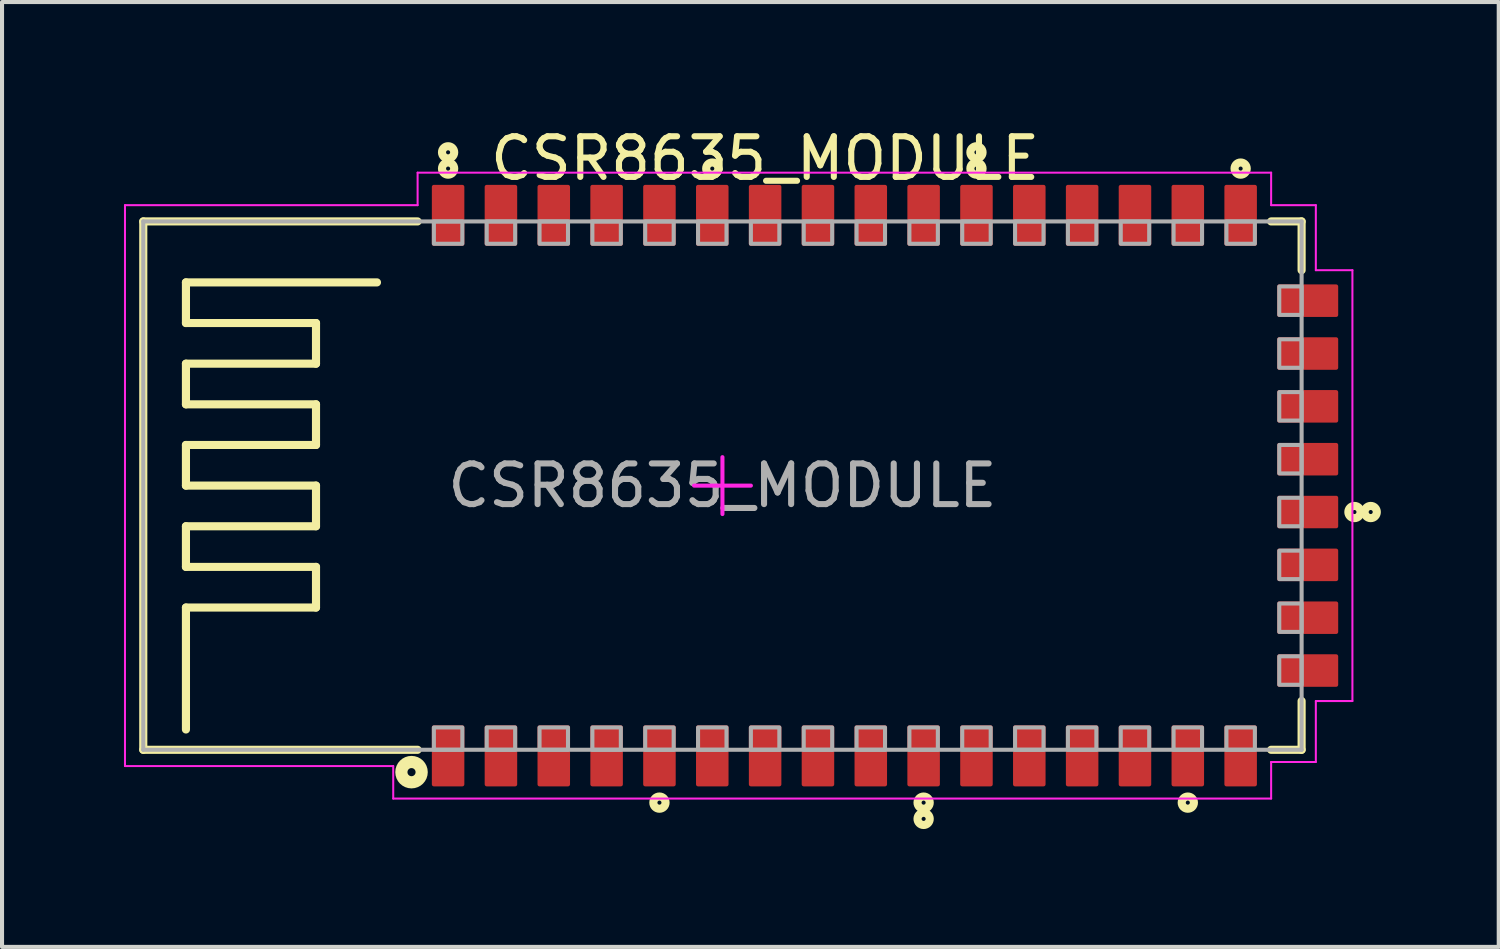
<source format=kicad_pcb>
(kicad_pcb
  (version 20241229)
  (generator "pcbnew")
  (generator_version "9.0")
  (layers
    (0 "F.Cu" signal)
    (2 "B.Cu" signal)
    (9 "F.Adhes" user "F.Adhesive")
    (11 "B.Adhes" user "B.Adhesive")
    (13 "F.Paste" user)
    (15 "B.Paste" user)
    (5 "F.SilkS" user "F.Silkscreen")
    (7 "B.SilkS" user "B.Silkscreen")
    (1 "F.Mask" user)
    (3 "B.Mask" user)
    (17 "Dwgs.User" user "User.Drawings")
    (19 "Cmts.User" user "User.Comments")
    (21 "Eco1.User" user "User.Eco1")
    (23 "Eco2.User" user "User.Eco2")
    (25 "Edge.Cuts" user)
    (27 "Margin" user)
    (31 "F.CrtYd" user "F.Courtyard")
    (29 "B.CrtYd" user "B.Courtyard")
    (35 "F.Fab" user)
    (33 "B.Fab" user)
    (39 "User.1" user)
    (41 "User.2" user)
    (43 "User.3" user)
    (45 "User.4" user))
  (footprint "CSR8635_MODULE"
    (layer "F.Cu")
    (at 14.725 8.898)
    (property "Reference" "CSR8635_MODULE" (at 1.05 -8.05 0) (layer "F.SilkS") (effects (font (size 1 1) (thickness 0.15))))
    (attr through_hole)
    (fp_line (start -14.25 -6.5) (end -7.5 -6.5) (stroke (width 0.2) (type solid)) (layer "F.SilkS"))
    (fp_line (start -14.25 6.5) (end -14.25 -6.5) (stroke (width 0.2) (type solid)) (layer "F.SilkS"))
    (fp_line (start -14.25 6.5) (end -7.5 6.5) (stroke (width 0.2) (type solid)) (layer "F.SilkS"))
    (fp_line (start -13.2 -5) (end -8.5 -5) (stroke (width 0.2) (type solid)) (layer "F.SilkS"))
    (fp_line (start -13.2 -4) (end -13.2 -5) (stroke (width 0.2) (type solid)) (layer "F.SilkS"))
    (fp_line (start -13.2 -3) (end -10 -3) (stroke (width 0.2) (type solid)) (layer "F.SilkS"))
    (fp_line (start -13.2 -2) (end -13.2 -3) (stroke (width 0.2) (type solid)) (layer "F.SilkS"))
    (fp_line (start -13.2 -1) (end -10 -1) (stroke (width 0.2) (type solid)) (layer "F.SilkS"))
    (fp_line (start -13.2 0) (end -13.2 -1) (stroke (width 0.2) (type solid)) (layer "F.SilkS"))
    (fp_line (start -13.2 0) (end -10 0) (stroke (width 0.2) (type solid)) (layer "F.SilkS"))
    (fp_line (start -13.2 1) (end -13.2 2) (stroke (width 0.2) (type solid)) (layer "F.SilkS"))
    (fp_line (start -13.2 2) (end -10 2) (stroke (width 0.2) (type solid)) (layer "F.SilkS"))
    (fp_line (start -13.2 3) (end -13.2 6) (stroke (width 0.2) (type solid)) (layer "F.SilkS"))
    (fp_line (start -10 -4) (end -13.2 -4) (stroke (width 0.2) (type solid)) (layer "F.SilkS"))
    (fp_line (start -10 -3) (end -10 -4) (stroke (width 0.2) (type solid)) (layer "F.SilkS"))
    (fp_line (start -10 -2) (end -13.2 -2) (stroke (width 0.2) (type solid)) (layer "F.SilkS"))
    (fp_line (start -10 -1) (end -10 -2) (stroke (width 0.2) (type solid)) (layer "F.SilkS"))
    (fp_line (start -10 0) (end -10 1) (stroke (width 0.2) (type solid)) (layer "F.SilkS"))
    (fp_line (start -10 1) (end -13.2 1) (stroke (width 0.2) (type solid)) (layer "F.SilkS"))
    (fp_line (start -10 2) (end -10 3) (stroke (width 0.2) (type solid)) (layer "F.SilkS"))
    (fp_line (start -10 3) (end -13.2 3) (stroke (width 0.2) (type solid)) (layer "F.SilkS"))
    (fp_line (start 13.5 -6.5) (end 14.25 -6.5) (stroke (width 0.2) (type solid)) (layer "F.SilkS"))
    (fp_line (start 14.25 -6.5) (end 14.25 -5.3) (stroke (width 0.2) (type solid)) (layer "F.SilkS"))
    (fp_line (start 14.25 6.5) (end 13.5 6.5) (stroke (width 0.2) (type solid)) (layer "F.SilkS"))
    (fp_line (start 14.25 6.5) (end 14.25 5.3) (stroke (width 0.2) (type solid)) (layer "F.SilkS"))
    (fp_circle (center -7.65 7.05) (end -7.55 7.05) (stroke (width 0.3) (type solid)) (fill no) (layer "F.SilkS"))
    (fp_circle (center -6.75 -8.2) (end -6.8 -8.2) (stroke (width 0.2) (type solid)) (fill no) (layer "F.SilkS"))
    (fp_circle (center -6.75 -7.8) (end -6.8 -7.8) (stroke (width 0.2) (type solid)) (fill no) (layer "F.SilkS"))
    (fp_circle (center -1.55 7.8) (end -1.5 7.8) (stroke (width 0.2) (type solid)) (fill no) (layer "F.SilkS"))
    (fp_circle (center -0.25 -7.8) (end -0.3 -7.8) (stroke (width 0.2) (type solid)) (fill no) (layer "F.SilkS"))
    (fp_circle (center 4.95 7.8) (end 5 7.8) (stroke (width 0.2) (type solid)) (fill no) (layer "F.SilkS"))
    (fp_circle (center 4.95 8.2) (end 5 8.2) (stroke (width 0.2) (type solid)) (fill no) (layer "F.SilkS"))
    (fp_circle (center 6.25 -8.2) (end 6.2 -8.2) (stroke (width 0.2) (type solid)) (fill no) (layer "F.SilkS"))
    (fp_circle (center 6.25 -7.8) (end 6.2 -7.8) (stroke (width 0.2) (type solid)) (fill no) (layer "F.SilkS"))
    (fp_circle (center 11.45 7.8) (end 11.5 7.8) (stroke (width 0.2) (type solid)) (fill no) (layer "F.SilkS"))
    (fp_circle (center 12.75 -7.8) (end 12.7 -7.8) (stroke (width 0.2) (type solid)) (fill no) (layer "F.SilkS"))
    (fp_circle (center 15.55 0.65) (end 15.55 0.6) (stroke (width 0.2) (type solid)) (fill no) (layer "F.SilkS"))
    (fp_circle (center 15.95 0.65) (end 15.95 0.6) (stroke (width 0.2) (type solid)) (fill no) (layer "F.SilkS"))
    (fp_line (start -14.7 -6.9) (end -7.5 -6.9) (stroke (width 0.05) (type solid)) (layer "F.CrtYd"))
    (fp_line (start -14.7 6.9) (end -14.7 -6.9) (stroke (width 0.05) (type solid)) (layer "F.CrtYd"))
    (fp_line (start -8.1 6.9) (end -14.7 6.9) (stroke (width 0.05) (type solid)) (layer "F.CrtYd"))
    (fp_line (start -8.1 7.7) (end -8.1 6.9) (stroke (width 0.05) (type solid)) (layer "F.CrtYd"))
    (fp_line (start -7.5 -7.7) (end 13.5 -7.7) (stroke (width 0.05) (type solid)) (layer "F.CrtYd"))
    (fp_line (start -7.5 -6.9) (end -7.5 -7.7) (stroke (width 0.05) (type solid)) (layer "F.CrtYd"))
    (fp_line (start 0 -0.7) (end 0 0.7) (stroke (width 0.1) (type solid)) (layer "F.CrtYd"))
    (fp_line (start 0.7 0) (end -0.7 0) (stroke (width 0.1) (type solid)) (layer "F.CrtYd"))
    (fp_line (start 13.5 -7.7) (end 13.5 -6.9) (stroke (width 0.05) (type solid)) (layer "F.CrtYd"))
    (fp_line (start 13.5 -6.9) (end 14.6 -6.9) (stroke (width 0.05) (type solid)) (layer "F.CrtYd"))
    (fp_line (start 13.5 6.8) (end 13.5 7.7) (stroke (width 0.05) (type solid)) (layer "F.CrtYd"))
    (fp_line (start 13.5 7.7) (end -8.1 7.7) (stroke (width 0.05) (type solid)) (layer "F.CrtYd"))
    (fp_line (start 14.6 -6.9) (end 14.6 -5.3) (stroke (width 0.05) (type solid)) (layer "F.CrtYd"))
    (fp_line (start 14.6 -5.3) (end 15.5 -5.3) (stroke (width 0.05) (type solid)) (layer "F.CrtYd"))
    (fp_line (start 14.6 5.3) (end 14.6 6.8) (stroke (width 0.05) (type solid)) (layer "F.CrtYd"))
    (fp_line (start 14.6 6.8) (end 13.5 6.8) (stroke (width 0.05) (type solid)) (layer "F.CrtYd"))
    (fp_line (start 15.5 -5.3) (end 15.5 5.3) (stroke (width 0.05) (type solid)) (layer "F.CrtYd"))
    (fp_line (start 15.5 5.3) (end 14.6 5.3) (stroke (width 0.05) (type solid)) (layer "F.CrtYd"))
    (fp_line (start -14.25 -6.5) (end -14.25 6.5) (stroke (width 0.1) (type solid)) (layer "F.Fab"))
    (fp_line (start -14.25 -6.5) (end 14.25 -6.5) (stroke (width 0.1) (type solid)) (layer "F.Fab"))
    (fp_line (start -14.25 6.5) (end 14.25 6.5) (stroke (width 0.1) (type solid)) (layer "F.Fab"))
    (fp_line (start 14.25 -6.5) (end 14.25 6.5) (stroke (width 0.1) (type solid)) (layer "F.Fab"))
    (fp_poly (pts (xy -7.1 -5.95) (xy -7.1 -6.5) (xy -6.4 -6.5) (xy -6.4 -5.95)) (stroke (width 0.1) (type solid)) (fill no) (layer "F.Fab"))
    (fp_poly (pts (xy -6.4 5.95) (xy -6.4 6.5) (xy -7.1 6.5) (xy -7.1 5.95)) (stroke (width 0.1) (type solid)) (fill no) (layer "F.Fab"))
    (fp_poly (pts (xy -5.8 -5.95) (xy -5.8 -6.5) (xy -5.1 -6.5) (xy -5.1 -5.95)) (stroke (width 0.1) (type solid)) (fill no) (layer "F.Fab"))
    (fp_poly (pts (xy -5.1 5.95) (xy -5.1 6.5) (xy -5.8 6.5) (xy -5.8 5.95)) (stroke (width 0.1) (type solid)) (fill no) (layer "F.Fab"))
    (fp_poly (pts (xy -4.5 -5.95) (xy -4.5 -6.5) (xy -3.8 -6.5) (xy -3.8 -5.95)) (stroke (width 0.1) (type solid)) (fill no) (layer "F.Fab"))
    (fp_poly (pts (xy -3.8 5.95) (xy -3.8 6.5) (xy -4.5 6.5) (xy -4.5 5.95)) (stroke (width 0.1) (type solid)) (fill no) (layer "F.Fab"))
    (fp_poly (pts (xy -3.2 -5.95) (xy -3.2 -6.5) (xy -2.5 -6.5) (xy -2.5 -5.95)) (stroke (width 0.1) (type solid)) (fill no) (layer "F.Fab"))
    (fp_poly (pts (xy -2.5 5.95) (xy -2.5 6.5) (xy -3.2 6.5) (xy -3.2 5.95)) (stroke (width 0.1) (type solid)) (fill no) (layer "F.Fab"))
    (fp_poly (pts (xy -1.9 -5.95) (xy -1.9 -6.5) (xy -1.2 -6.5) (xy -1.2 -5.95)) (stroke (width 0.1) (type solid)) (fill no) (layer "F.Fab"))
    (fp_poly (pts (xy -1.2 5.95) (xy -1.2 6.5) (xy -1.9 6.5) (xy -1.9 5.95)) (stroke (width 0.1) (type solid)) (fill no) (layer "F.Fab"))
    (fp_poly (pts (xy -0.6 -5.95) (xy -0.6 -6.5) (xy 0.1 -6.5) (xy 0.1 -5.95)) (stroke (width 0.1) (type solid)) (fill no) (layer "F.Fab"))
    (fp_poly (pts (xy 0.1 5.95) (xy 0.1 6.5) (xy -0.6 6.5) (xy -0.6 5.95)) (stroke (width 0.1) (type solid)) (fill no) (layer "F.Fab"))
    (fp_poly (pts (xy 0.7 -5.95) (xy 0.7 -6.5) (xy 1.4 -6.5) (xy 1.4 -5.95)) (stroke (width 0.1) (type solid)) (fill no) (layer "F.Fab"))
    (fp_poly (pts (xy 1.4 5.95) (xy 1.4 6.5) (xy 0.7 6.5) (xy 0.7 5.95)) (stroke (width 0.1) (type solid)) (fill no) (layer "F.Fab"))
    (fp_poly (pts (xy 2 -5.95) (xy 2 -6.5) (xy 2.7 -6.5) (xy 2.7 -5.95)) (stroke (width 0.1) (type solid)) (fill no) (layer "F.Fab"))
    (fp_poly (pts (xy 2.7 5.95) (xy 2.7 6.5) (xy 2 6.5) (xy 2 5.95)) (stroke (width 0.1) (type solid)) (fill no) (layer "F.Fab"))
    (fp_poly (pts (xy 3.3 -5.95) (xy 3.3 -6.5) (xy 4 -6.5) (xy 4 -5.95)) (stroke (width 0.1) (type solid)) (fill no) (layer "F.Fab"))
    (fp_poly (pts (xy 4 5.95) (xy 4 6.5) (xy 3.3 6.5) (xy 3.3 5.95)) (stroke (width 0.1) (type solid)) (fill no) (layer "F.Fab"))
    (fp_poly (pts (xy 4.6 -5.95) (xy 4.6 -6.5) (xy 5.3 -6.5) (xy 5.3 -5.95)) (stroke (width 0.1) (type solid)) (fill no) (layer "F.Fab"))
    (fp_poly (pts (xy 5.3 5.95) (xy 5.3 6.5) (xy 4.6 6.5) (xy 4.6 5.95)) (stroke (width 0.1) (type solid)) (fill no) (layer "F.Fab"))
    (fp_poly (pts (xy 5.9 -5.95) (xy 5.9 -6.5) (xy 6.6 -6.5) (xy 6.6 -5.95)) (stroke (width 0.1) (type solid)) (fill no) (layer "F.Fab"))
    (fp_poly (pts (xy 6.6 5.95) (xy 6.6 6.5) (xy 5.9 6.5) (xy 5.9 5.95)) (stroke (width 0.1) (type solid)) (fill no) (layer "F.Fab"))
    (fp_poly (pts (xy 7.2 -5.95) (xy 7.2 -6.5) (xy 7.9 -6.5) (xy 7.9 -5.95)) (stroke (width 0.1) (type solid)) (fill no) (layer "F.Fab"))
    (fp_poly (pts (xy 7.9 5.95) (xy 7.9 6.5) (xy 7.2 6.5) (xy 7.2 5.95)) (stroke (width 0.1) (type solid)) (fill no) (layer "F.Fab"))
    (fp_poly (pts (xy 8.5 -5.95) (xy 8.5 -6.5) (xy 9.2 -6.5) (xy 9.2 -5.95)) (stroke (width 0.1) (type solid)) (fill no) (layer "F.Fab"))
    (fp_poly (pts (xy 9.2 5.95) (xy 9.2 6.5) (xy 8.5 6.5) (xy 8.5 5.95)) (stroke (width 0.1) (type solid)) (fill no) (layer "F.Fab"))
    (fp_poly (pts (xy 9.8 -5.95) (xy 9.8 -6.5) (xy 10.5 -6.5) (xy 10.5 -5.95)) (stroke (width 0.1) (type solid)) (fill no) (layer "F.Fab"))
    (fp_poly (pts (xy 10.5 5.95) (xy 10.5 6.5) (xy 9.8 6.5) (xy 9.8 5.95)) (stroke (width 0.1) (type solid)) (fill no) (layer "F.Fab"))
    (fp_poly (pts (xy 11.1 -5.95) (xy 11.1 -6.5) (xy 11.8 -6.5) (xy 11.8 -5.95)) (stroke (width 0.1) (type solid)) (fill no) (layer "F.Fab"))
    (fp_poly (pts (xy 11.8 5.95) (xy 11.8 6.5) (xy 11.1 6.5) (xy 11.1 5.95)) (stroke (width 0.1) (type solid)) (fill no) (layer "F.Fab"))
    (fp_poly (pts (xy 12.4 -5.95) (xy 12.4 -6.5) (xy 13.1 -6.5) (xy 13.1 -5.95)) (stroke (width 0.1) (type solid)) (fill no) (layer "F.Fab"))
    (fp_poly (pts (xy 13.1 5.95) (xy 13.1 6.5) (xy 12.4 6.5) (xy 12.4 5.95)) (stroke (width 0.1) (type solid)) (fill no) (layer "F.Fab"))
    (fp_poly (pts (xy 13.7 -4.9) (xy 14.25 -4.9) (xy 14.25 -4.2) (xy 13.7 -4.2)) (stroke (width 0.1) (type solid)) (fill no) (layer "F.Fab"))
    (fp_poly (pts (xy 13.7 -3.6) (xy 14.25 -3.6) (xy 14.25 -2.9) (xy 13.7 -2.9)) (stroke (width 0.1) (type solid)) (fill no) (layer "F.Fab"))
    (fp_poly (pts (xy 13.7 -2.3) (xy 14.25 -2.3) (xy 14.25 -1.6) (xy 13.7 -1.6)) (stroke (width 0.1) (type solid)) (fill no) (layer "F.Fab"))
    (fp_poly (pts (xy 13.7 -1) (xy 14.25 -1) (xy 14.25 -0.3) (xy 13.7 -0.3)) (stroke (width 0.1) (type solid)) (fill no) (layer "F.Fab"))
    (fp_poly (pts (xy 13.7 0.3) (xy 14.25 0.3) (xy 14.25 1) (xy 13.7 1)) (stroke (width 0.1) (type solid)) (fill no) (layer "F.Fab"))
    (fp_poly (pts (xy 13.7 1.6) (xy 14.25 1.6) (xy 14.25 2.3) (xy 13.7 2.3)) (stroke (width 0.1) (type solid)) (fill no) (layer "F.Fab"))
    (fp_poly (pts (xy 13.7 2.9) (xy 14.25 2.9) (xy 14.25 3.6) (xy 13.7 3.6)) (stroke (width 0.1) (type solid)) (fill no) (layer "F.Fab"))
    (fp_poly (pts (xy 13.7 4.2) (xy 14.25 4.2) (xy 14.25 4.9) (xy 13.7 4.9)) (stroke (width 0.1) (type solid)) (fill no) (layer "F.Fab"))
    (fp_text user "${REFERENCE}" (at 0 0 0) (layer "F.Fab") (effects (font (size 1 1) (thickness 0.15))))
    (pad "1" smd roundrect (at -6.75 6.65) (size 0.8 1.5) (layers "F.Cu" "F.Mask" "F.Paste") (roundrect_rratio 0.062))
    (pad "2" smd roundrect (at -5.45 6.65) (size 0.8 1.5) (layers "F.Cu" "F.Mask" "F.Paste") (roundrect_rratio 0.062))
    (pad "3" smd roundrect (at -4.15 6.65) (size 0.8 1.5) (layers "F.Cu" "F.Mask" "F.Paste") (roundrect_rratio 0.062))
    (pad "4" smd roundrect (at -2.85 6.65) (size 0.8 1.5) (layers "F.Cu" "F.Mask" "F.Paste") (roundrect_rratio 0.062))
    (pad "5" smd roundrect (at -1.55 6.65) (size 0.8 1.5) (layers "F.Cu" "F.Mask" "F.Paste") (roundrect_rratio 0.062))
    (pad "6" smd roundrect (at -0.25 6.65) (size 0.8 1.5) (layers "F.Cu" "F.Mask" "F.Paste") (roundrect_rratio 0.062))
    (pad "7" smd roundrect (at 1.05 6.65) (size 0.8 1.5) (layers "F.Cu" "F.Mask" "F.Paste") (roundrect_rratio 0.062))
    (pad "8" smd roundrect (at 2.35 6.65) (size 0.8 1.5) (layers "F.Cu" "F.Mask" "F.Paste") (roundrect_rratio 0.062))
    (pad "9" smd roundrect (at 3.65 6.65) (size 0.8 1.5) (layers "F.Cu" "F.Mask" "F.Paste") (roundrect_rratio 0.062))
    (pad "10" smd roundrect (at 4.95 6.65) (size 0.8 1.5) (layers "F.Cu" "F.Mask" "F.Paste") (roundrect_rratio 0.062))
    (pad "11" smd roundrect (at 6.25 6.65) (size 0.8 1.5) (layers "F.Cu" "F.Mask" "F.Paste") (roundrect_rratio 0.062))
    (pad "12" smd roundrect (at 7.55 6.65) (size 0.8 1.5) (layers "F.Cu" "F.Mask" "F.Paste") (roundrect_rratio 0.062))
    (pad "13" smd roundrect (at 8.85 6.65) (size 0.8 1.5) (layers "F.Cu" "F.Mask" "F.Paste") (roundrect_rratio 0.062))
    (pad "14" smd roundrect (at 10.15 6.65) (size 0.8 1.5) (layers "F.Cu" "F.Mask" "F.Paste") (roundrect_rratio 0.062))
    (pad "15" smd roundrect (at 11.45 6.65) (size 0.8 1.5) (layers "F.Cu" "F.Mask" "F.Paste") (roundrect_rratio 0.062))
    (pad "16" smd roundrect (at 12.75 6.65) (size 0.8 1.5) (layers "F.Cu" "F.Mask" "F.Paste") (roundrect_rratio 0.062))
    (pad "17" smd roundrect (at 14.4 4.55 90) (size 0.8 1.5) (layers "F.Cu" "F.Mask" "F.Paste") (roundrect_rratio 0.062))
    (pad "18" smd roundrect (at 14.4 3.25 90) (size 0.8 1.5) (layers "F.Cu" "F.Mask" "F.Paste") (roundrect_rratio 0.062))
    (pad "19" smd roundrect (at 14.4 1.95 90) (size 0.8 1.5) (layers "F.Cu" "F.Mask" "F.Paste") (roundrect_rratio 0.062))
    (pad "20" smd roundrect (at 14.4 0.65 90) (size 0.8 1.5) (layers "F.Cu" "F.Mask" "F.Paste") (roundrect_rratio 0.062))
    (pad "21" smd roundrect (at 14.4 -0.65 90) (size 0.8 1.5) (layers "F.Cu" "F.Mask" "F.Paste") (roundrect_rratio 0.062))
    (pad "22" smd roundrect (at 14.4 -1.95 90) (size 0.8 1.5) (layers "F.Cu" "F.Mask" "F.Paste") (roundrect_rratio 0.062))
    (pad "23" smd roundrect (at 14.4 -3.25 90) (size 0.8 1.5) (layers "F.Cu" "F.Mask" "F.Paste") (roundrect_rratio 0.062))
    (pad "24" smd roundrect (at 14.4 -4.55 90) (size 0.8 1.5) (layers "F.Cu" "F.Mask" "F.Paste") (roundrect_rratio 0.062))
    (pad "25" smd roundrect (at 12.75 -6.65 180) (size 0.8 1.5) (layers "F.Cu" "F.Mask" "F.Paste") (roundrect_rratio 0.062))
    (pad "26" smd roundrect (at 11.45 -6.65) (size 0.8 1.5) (layers "F.Cu" "F.Mask" "F.Paste") (roundrect_rratio 0.062))
    (pad "27" smd roundrect (at 10.15 -6.65) (size 0.8 1.5) (layers "F.Cu" "F.Mask" "F.Paste") (roundrect_rratio 0.062))
    (pad "28" smd roundrect (at 8.85 -6.65) (size 0.8 1.5) (layers "F.Cu" "F.Mask" "F.Paste") (roundrect_rratio 0.062))
    (pad "29" smd roundrect (at 7.55 -6.65) (size 0.8 1.5) (layers "F.Cu" "F.Mask" "F.Paste") (roundrect_rratio 0.062))
    (pad "30" smd roundrect (at 6.25 -6.65) (size 0.8 1.5) (layers "F.Cu" "F.Mask" "F.Paste") (roundrect_rratio 0.062))
    (pad "31" smd roundrect (at 4.95 -6.65) (size 0.8 1.5) (layers "F.Cu" "F.Mask" "F.Paste") (roundrect_rratio 0.062))
    (pad "32" smd roundrect (at 3.65 -6.65) (size 0.8 1.5) (layers "F.Cu" "F.Mask" "F.Paste") (roundrect_rratio 0.062))
    (pad "33" smd roundrect (at 2.35 -6.65) (size 0.8 1.5) (layers "F.Cu" "F.Mask" "F.Paste") (roundrect_rratio 0.062))
    (pad "34" smd roundrect (at 1.05 -6.65) (size 0.8 1.5) (layers "F.Cu" "F.Mask" "F.Paste") (roundrect_rratio 0.062))
    (pad "35" smd roundrect (at -0.25 -6.65) (size 0.8 1.5) (layers "F.Cu" "F.Mask" "F.Paste") (roundrect_rratio 0.062))
    (pad "36" smd roundrect (at -1.55 -6.65) (size 0.8 1.5) (layers "F.Cu" "F.Mask" "F.Paste") (roundrect_rratio 0.062))
    (pad "37" smd roundrect (at -2.85 -6.65) (size 0.8 1.5) (layers "F.Cu" "F.Mask" "F.Paste") (roundrect_rratio 0.062))
    (pad "38" smd roundrect (at -4.15 -6.65) (size 0.8 1.5) (layers "F.Cu" "F.Mask" "F.Paste") (roundrect_rratio 0.062))
    (pad "39" smd roundrect (at -5.45 -6.65) (size 0.8 1.5) (layers "F.Cu" "F.Mask" "F.Paste") (roundrect_rratio 0.062))
    (pad "40" smd roundrect (at -6.75 -6.65) (size 0.8 1.5) (layers "F.Cu" "F.Mask" "F.Paste") (roundrect_rratio 0.062)))
  (gr_rect
    (start -3 -3)
    (end 33.825 20.248)
    (stroke (width 0.1) (type default))
    (fill no)
    (layer "Edge.Cuts")))
</source>
